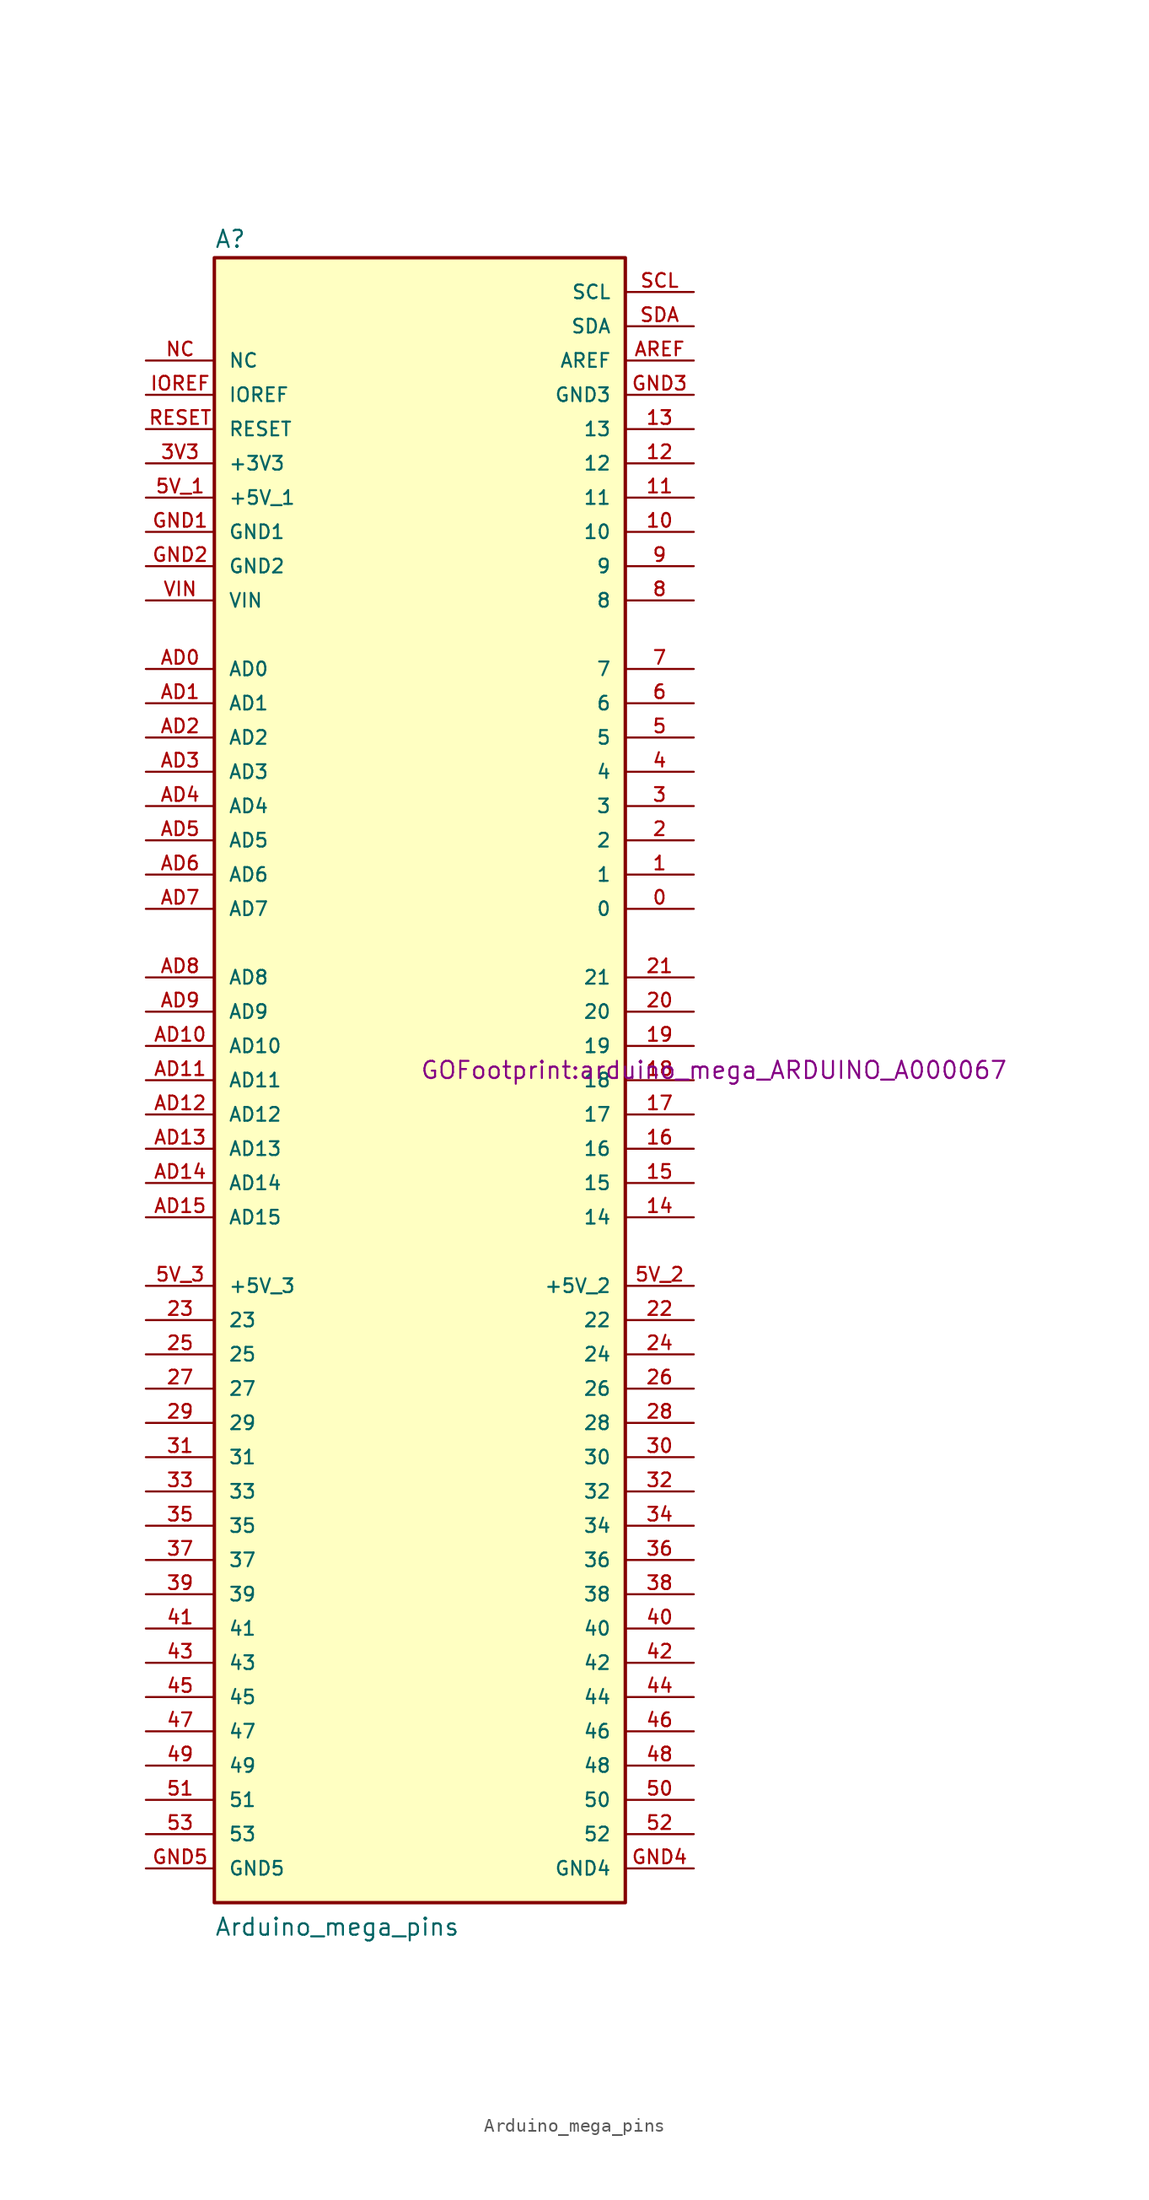
<source format=kicad_sym>
(kicad_symbol_lib
  (version 20241209)
  (generator "kicad_symbol_editor")
  (generator_version "9.0")
  (symbol "Arduino_mega_pins"
    (pin_names
      (offset 1.016))
    (property "Reference" "A"
      (at -15.24 61.595 0)
      (effects (font (size 1.27 1.27)) (justify left bottom)))
    (property "Value" "Arduino_mega_pins"
      (at -15.24 -63.5 0)
      (effects (font (size 1.27 1.27)) (justify left bottom)))
    (property "Footprint" "GOFootprint:arduino_mega_ARDUINO_A000067"
      (at 0 0 0)
      (effects (font (size 1.27 1.27)) (justify left bottom)))
    (symbol "Arduino_mega_pins_0_0"
      (rectangle (start -15.24 -60.96) (end 15.24 60.96) (stroke (width 0.254) (type default)) (fill (type background)))
      (pin passive line (at -20.32 53.34 0) (length 5.08) (name "NC" (effects (font (size 1.016 1.016)))) (number "NC" (effects (font (size 1.016 1.016)))))
      (pin passive line (at -20.32 50.8 0) (length 5.08) (name "IOREF" (effects (font (size 1.016 1.016)))) (number "IOREF" (effects (font (size 1.016 1.016)))))
      (pin passive line (at -20.32 48.26 0) (length 5.08) (name "RESET" (effects (font (size 1.016 1.016)))) (number "RESET" (effects (font (size 1.016 1.016)))))
      (pin passive line (at -20.32 45.72 0) (length 5.08) (name "+3V3" (effects (font (size 1.016 1.016)))) (number "3V3" (effects (font (size 1.016 1.016)))))
      (pin passive line (at -20.32 43.18 0) (length 5.08) (name "+5V_1" (effects (font (size 1.016 1.016)))) (number "5V_1" (effects (font (size 1.016 1.016)))))
      (pin passive line (at -20.32 40.64 0) (length 5.08) (name "GND1" (effects (font (size 1.016 1.016)))) (number "GND1" (effects (font (size 1.016 1.016)))))
      (pin passive line (at -20.32 38.1 0) (length 5.08) (name "GND2" (effects (font (size 1.016 1.016)))) (number "GND2" (effects (font (size 1.016 1.016)))))
      (pin passive line (at -20.32 35.56 0) (length 5.08) (name "VIN" (effects (font (size 1.016 1.016)))) (number "VIN" (effects (font (size 1.016 1.016)))))
      (pin passive line (at -20.32 30.48 0) (length 5.08) (name "AD0" (effects (font (size 1.016 1.016)))) (number "AD0" (effects (font (size 1.016 1.016)))))
      (pin passive line (at -20.32 27.94 0) (length 5.08) (name "AD1" (effects (font (size 1.016 1.016)))) (number "AD1" (effects (font (size 1.016 1.016)))))
      (pin passive line (at -20.32 25.4 0) (length 5.08) (name "AD2" (effects (font (size 1.016 1.016)))) (number "AD2" (effects (font (size 1.016 1.016)))))
      (pin passive line (at -20.32 22.86 0) (length 5.08) (name "AD3" (effects (font (size 1.016 1.016)))) (number "AD3" (effects (font (size 1.016 1.016)))))
      (pin passive line (at -20.32 20.32 0) (length 5.08) (name "AD4" (effects (font (size 1.016 1.016)))) (number "AD4" (effects (font (size 1.016 1.016)))))
      (pin passive line (at -20.32 17.78 0) (length 5.08) (name "AD5" (effects (font (size 1.016 1.016)))) (number "AD5" (effects (font (size 1.016 1.016)))))
      (pin passive line (at -20.32 15.24 0) (length 5.08) (name "AD6" (effects (font (size 1.016 1.016)))) (number "AD6" (effects (font (size 1.016 1.016)))))
      (pin passive line (at -20.32 12.7 0) (length 5.08) (name "AD7" (effects (font (size 1.016 1.016)))) (number "AD7" (effects (font (size 1.016 1.016)))))
      (pin passive line (at -20.32 7.62 0) (length 5.08) (name "AD8" (effects (font (size 1.016 1.016)))) (number "AD8" (effects (font (size 1.016 1.016)))))
      (pin passive line (at -20.32 5.08 0) (length 5.08) (name "AD9" (effects (font (size 1.016 1.016)))) (number "AD9" (effects (font (size 1.016 1.016)))))
      (pin passive line (at -20.32 2.54 0) (length 5.08) (name "AD10" (effects (font (size 1.016 1.016)))) (number "AD10" (effects (font (size 1.016 1.016)))))
      (pin passive line (at -20.32 0 0) (length 5.08) (name "AD11" (effects (font (size 1.016 1.016)))) (number "AD11" (effects (font (size 1.016 1.016)))))
      (pin passive line (at -20.32 -2.54 0) (length 5.08) (name "AD12" (effects (font (size 1.016 1.016)))) (number "AD12" (effects (font (size 1.016 1.016)))))
      (pin passive line (at -20.32 -5.08 0) (length 5.08) (name "AD13" (effects (font (size 1.016 1.016)))) (number "AD13" (effects (font (size 1.016 1.016)))))
      (pin passive line (at -20.32 -7.62 0) (length 5.08) (name "AD14" (effects (font (size 1.016 1.016)))) (number "AD14" (effects (font (size 1.016 1.016)))))
      (pin passive line (at -20.32 -10.16 0) (length 5.08) (name "AD15" (effects (font (size 1.016 1.016)))) (number "AD15" (effects (font (size 1.016 1.016)))))
      (pin passive line (at -20.32 -15.24 0) (length 5.08) (name "+5V_3" (effects (font (size 1.016 1.016)))) (number "5V_3" (effects (font (size 1.016 1.016)))))
      (pin passive line (at -20.32 -17.78 0) (length 5.08) (name "23" (effects (font (size 1.016 1.016)))) (number "23" (effects (font (size 1.016 1.016)))))
      (pin passive line (at -20.32 -20.32 0) (length 5.08) (name "25" (effects (font (size 1.016 1.016)))) (number "25" (effects (font (size 1.016 1.016)))))
      (pin passive line (at -20.32 -22.86 0) (length 5.08) (name "27" (effects (font (size 1.016 1.016)))) (number "27" (effects (font (size 1.016 1.016)))))
      (pin passive line (at -20.32 -25.4 0) (length 5.08) (name "29" (effects (font (size 1.016 1.016)))) (number "29" (effects (font (size 1.016 1.016)))))
      (pin passive line (at -20.32 -27.94 0) (length 5.08) (name "31" (effects (font (size 1.016 1.016)))) (number "31" (effects (font (size 1.016 1.016)))))
      (pin passive line (at -20.32 -30.48 0) (length 5.08) (name "33" (effects (font (size 1.016 1.016)))) (number "33" (effects (font (size 1.016 1.016)))))
      (pin passive line (at -20.32 -33.02 0) (length 5.08) (name "35" (effects (font (size 1.016 1.016)))) (number "35" (effects (font (size 1.016 1.016)))))
      (pin passive line (at -20.32 -35.56 0) (length 5.08) (name "37" (effects (font (size 1.016 1.016)))) (number "37" (effects (font (size 1.016 1.016)))))
      (pin passive line (at -20.32 -38.1 0) (length 5.08) (name "39" (effects (font (size 1.016 1.016)))) (number "39" (effects (font (size 1.016 1.016)))))
      (pin passive line (at -20.32 -40.64 0) (length 5.08) (name "41" (effects (font (size 1.016 1.016)))) (number "41" (effects (font (size 1.016 1.016)))))
      (pin passive line (at -20.32 -43.18 0) (length 5.08) (name "43" (effects (font (size 1.016 1.016)))) (number "43" (effects (font (size 1.016 1.016)))))
      (pin passive line (at -20.32 -45.72 0) (length 5.08) (name "45" (effects (font (size 1.016 1.016)))) (number "45" (effects (font (size 1.016 1.016)))))
      (pin passive line (at -20.32 -48.26 0) (length 5.08) (name "47" (effects (font (size 1.016 1.016)))) (number "47" (effects (font (size 1.016 1.016)))))
      (pin passive line (at -20.32 -50.8 0) (length 5.08) (name "49" (effects (font (size 1.016 1.016)))) (number "49" (effects (font (size 1.016 1.016)))))
      (pin passive line (at -20.32 -53.34 0) (length 5.08) (name "51" (effects (font (size 1.016 1.016)))) (number "51" (effects (font (size 1.016 1.016)))))
      (pin passive line (at -20.32 -55.88 0) (length 5.08) (name "53" (effects (font (size 1.016 1.016)))) (number "53" (effects (font (size 1.016 1.016)))))
      (pin passive line (at -20.32 -58.42 0) (length 5.08) (name "GND5" (effects (font (size 1.016 1.016)))) (number "GND5" (effects (font (size 1.016 1.016)))))
      (pin passive line (at 20.32 58.42 180) (length 5.08) (name "SCL" (effects (font (size 1.016 1.016)))) (number "SCL" (effects (font (size 1.016 1.016)))))
      (pin passive line (at 20.32 55.88 180) (length 5.08) (name "SDA" (effects (font (size 1.016 1.016)))) (number "SDA" (effects (font (size 1.016 1.016)))))
      (pin passive line (at 20.32 53.34 180) (length 5.08) (name "AREF" (effects (font (size 1.016 1.016)))) (number "AREF" (effects (font (size 1.016 1.016)))))
      (pin passive line (at 20.32 50.8 180) (length 5.08) (name "GND3" (effects (font (size 1.016 1.016)))) (number "GND3" (effects (font (size 1.016 1.016)))))
      (pin passive line (at 20.32 48.26 180) (length 5.08) (name "13" (effects (font (size 1.016 1.016)))) (number "13" (effects (font (size 1.016 1.016)))))
      (pin passive line (at 20.32 45.72 180) (length 5.08) (name "12" (effects (font (size 1.016 1.016)))) (number "12" (effects (font (size 1.016 1.016)))))
      (pin passive line (at 20.32 43.18 180) (length 5.08) (name "11" (effects (font (size 1.016 1.016)))) (number "11" (effects (font (size 1.016 1.016)))))
      (pin passive line (at 20.32 40.64 180) (length 5.08) (name "10" (effects (font (size 1.016 1.016)))) (number "10" (effects (font (size 1.016 1.016)))))
      (pin passive line (at 20.32 38.1 180) (length 5.08) (name "9" (effects (font (size 1.016 1.016)))) (number "9" (effects (font (size 1.016 1.016)))))
      (pin passive line (at 20.32 35.56 180) (length 5.08) (name "8" (effects (font (size 1.016 1.016)))) (number "8" (effects (font (size 1.016 1.016)))))
      (pin passive line (at 20.32 30.48 180) (length 5.08) (name "7" (effects (font (size 1.016 1.016)))) (number "7" (effects (font (size 1.016 1.016)))))
      (pin passive line (at 20.32 27.94 180) (length 5.08) (name "6" (effects (font (size 1.016 1.016)))) (number "6" (effects (font (size 1.016 1.016)))))
      (pin passive line (at 20.32 25.4 180) (length 5.08) (name "5" (effects (font (size 1.016 1.016)))) (number "5" (effects (font (size 1.016 1.016)))))
      (pin passive line (at 20.32 22.86 180) (length 5.08) (name "4" (effects (font (size 1.016 1.016)))) (number "4" (effects (font (size 1.016 1.016)))))
      (pin passive line (at 20.32 20.32 180) (length 5.08) (name "3" (effects (font (size 1.016 1.016)))) (number "3" (effects (font (size 1.016 1.016)))))
      (pin passive line (at 20.32 17.78 180) (length 5.08) (name "2" (effects (font (size 1.016 1.016)))) (number "2" (effects (font (size 1.016 1.016)))))
      (pin passive line (at 20.32 15.24 180) (length 5.08) (name "1" (effects (font (size 1.016 1.016)))) (number "1" (effects (font (size 1.016 1.016)))))
      (pin passive line (at 20.32 12.7 180) (length 5.08) (name "0" (effects (font (size 1.016 1.016)))) (number "0" (effects (font (size 1.016 1.016)))))
      (pin passive line (at 20.32 7.62 180) (length 5.08) (name "21" (effects (font (size 1.016 1.016)))) (number "21" (effects (font (size 1.016 1.016)))))
      (pin passive line (at 20.32 5.08 180) (length 5.08) (name "20" (effects (font (size 1.016 1.016)))) (number "20" (effects (font (size 1.016 1.016)))))
      (pin passive line (at 20.32 2.54 180) (length 5.08) (name "19" (effects (font (size 1.016 1.016)))) (number "19" (effects (font (size 1.016 1.016)))))
      (pin passive line (at 20.32 0 180) (length 5.08) (name "18" (effects (font (size 1.016 1.016)))) (number "18" (effects (font (size 1.016 1.016)))))
      (pin passive line (at 20.32 -2.54 180) (length 5.08) (name "17" (effects (font (size 1.016 1.016)))) (number "17" (effects (font (size 1.016 1.016)))))
      (pin passive line (at 20.32 -5.08 180) (length 5.08) (name "16" (effects (font (size 1.016 1.016)))) (number "16" (effects (font (size 1.016 1.016)))))
      (pin passive line (at 20.32 -7.62 180) (length 5.08) (name "15" (effects (font (size 1.016 1.016)))) (number "15" (effects (font (size 1.016 1.016)))))
      (pin passive line (at 20.32 -10.16 180) (length 5.08) (name "14" (effects (font (size 1.016 1.016)))) (number "14" (effects (font (size 1.016 1.016)))))
      (pin passive line (at 20.32 -15.24 180) (length 5.08) (name "+5V_2" (effects (font (size 1.016 1.016)))) (number "5V_2" (effects (font (size 1.016 1.016)))))
      (pin passive line (at 20.32 -17.78 180) (length 5.08) (name "22" (effects (font (size 1.016 1.016)))) (number "22" (effects (font (size 1.016 1.016)))))
      (pin passive line (at 20.32 -20.32 180) (length 5.08) (name "24" (effects (font (size 1.016 1.016)))) (number "24" (effects (font (size 1.016 1.016)))))
      (pin passive line (at 20.32 -22.86 180) (length 5.08) (name "26" (effects (font (size 1.016 1.016)))) (number "26" (effects (font (size 1.016 1.016)))))
      (pin passive line (at 20.32 -25.4 180) (length 5.08) (name "28" (effects (font (size 1.016 1.016)))) (number "28" (effects (font (size 1.016 1.016)))))
      (pin passive line (at 20.32 -27.94 180) (length 5.08) (name "30" (effects (font (size 1.016 1.016)))) (number "30" (effects (font (size 1.016 1.016)))))
      (pin passive line (at 20.32 -30.48 180) (length 5.08) (name "32" (effects (font (size 1.016 1.016)))) (number "32" (effects (font (size 1.016 1.016)))))
      (pin passive line (at 20.32 -33.02 180) (length 5.08) (name "34" (effects (font (size 1.016 1.016)))) (number "34" (effects (font (size 1.016 1.016)))))
      (pin passive line (at 20.32 -35.56 180) (length 5.08) (name "36" (effects (font (size 1.016 1.016)))) (number "36" (effects (font (size 1.016 1.016)))))
      (pin passive line (at 20.32 -38.1 180) (length 5.08) (name "38" (effects (font (size 1.016 1.016)))) (number "38" (effects (font (size 1.016 1.016)))))
      (pin passive line (at 20.32 -40.64 180) (length 5.08) (name "40" (effects (font (size 1.016 1.016)))) (number "40" (effects (font (size 1.016 1.016)))))
      (pin passive line (at 20.32 -43.18 180) (length 5.08) (name "42" (effects (font (size 1.016 1.016)))) (number "42" (effects (font (size 1.016 1.016)))))
      (pin passive line (at 20.32 -45.72 180) (length 5.08) (name "44" (effects (font (size 1.016 1.016)))) (number "44" (effects (font (size 1.016 1.016)))))
      (pin passive line (at 20.32 -48.26 180) (length 5.08) (name "46" (effects (font (size 1.016 1.016)))) (number "46" (effects (font (size 1.016 1.016)))))
      (pin passive line (at 20.32 -50.8 180) (length 5.08) (name "48" (effects (font (size 1.016 1.016)))) (number "48" (effects (font (size 1.016 1.016)))))
      (pin passive line (at 20.32 -53.34 180) (length 5.08) (name "50" (effects (font (size 1.016 1.016)))) (number "50" (effects (font (size 1.016 1.016)))))
      (pin passive line (at 20.32 -55.88 180) (length 5.08) (name "52" (effects (font (size 1.016 1.016)))) (number "52" (effects (font (size 1.016 1.016)))))
      (pin passive line (at 20.32 -58.42 180) (length 5.08) (name "GND4" (effects (font (size 1.016 1.016)))) (number "GND4" (effects (font (size 1.016 1.016))))))))
</source>
